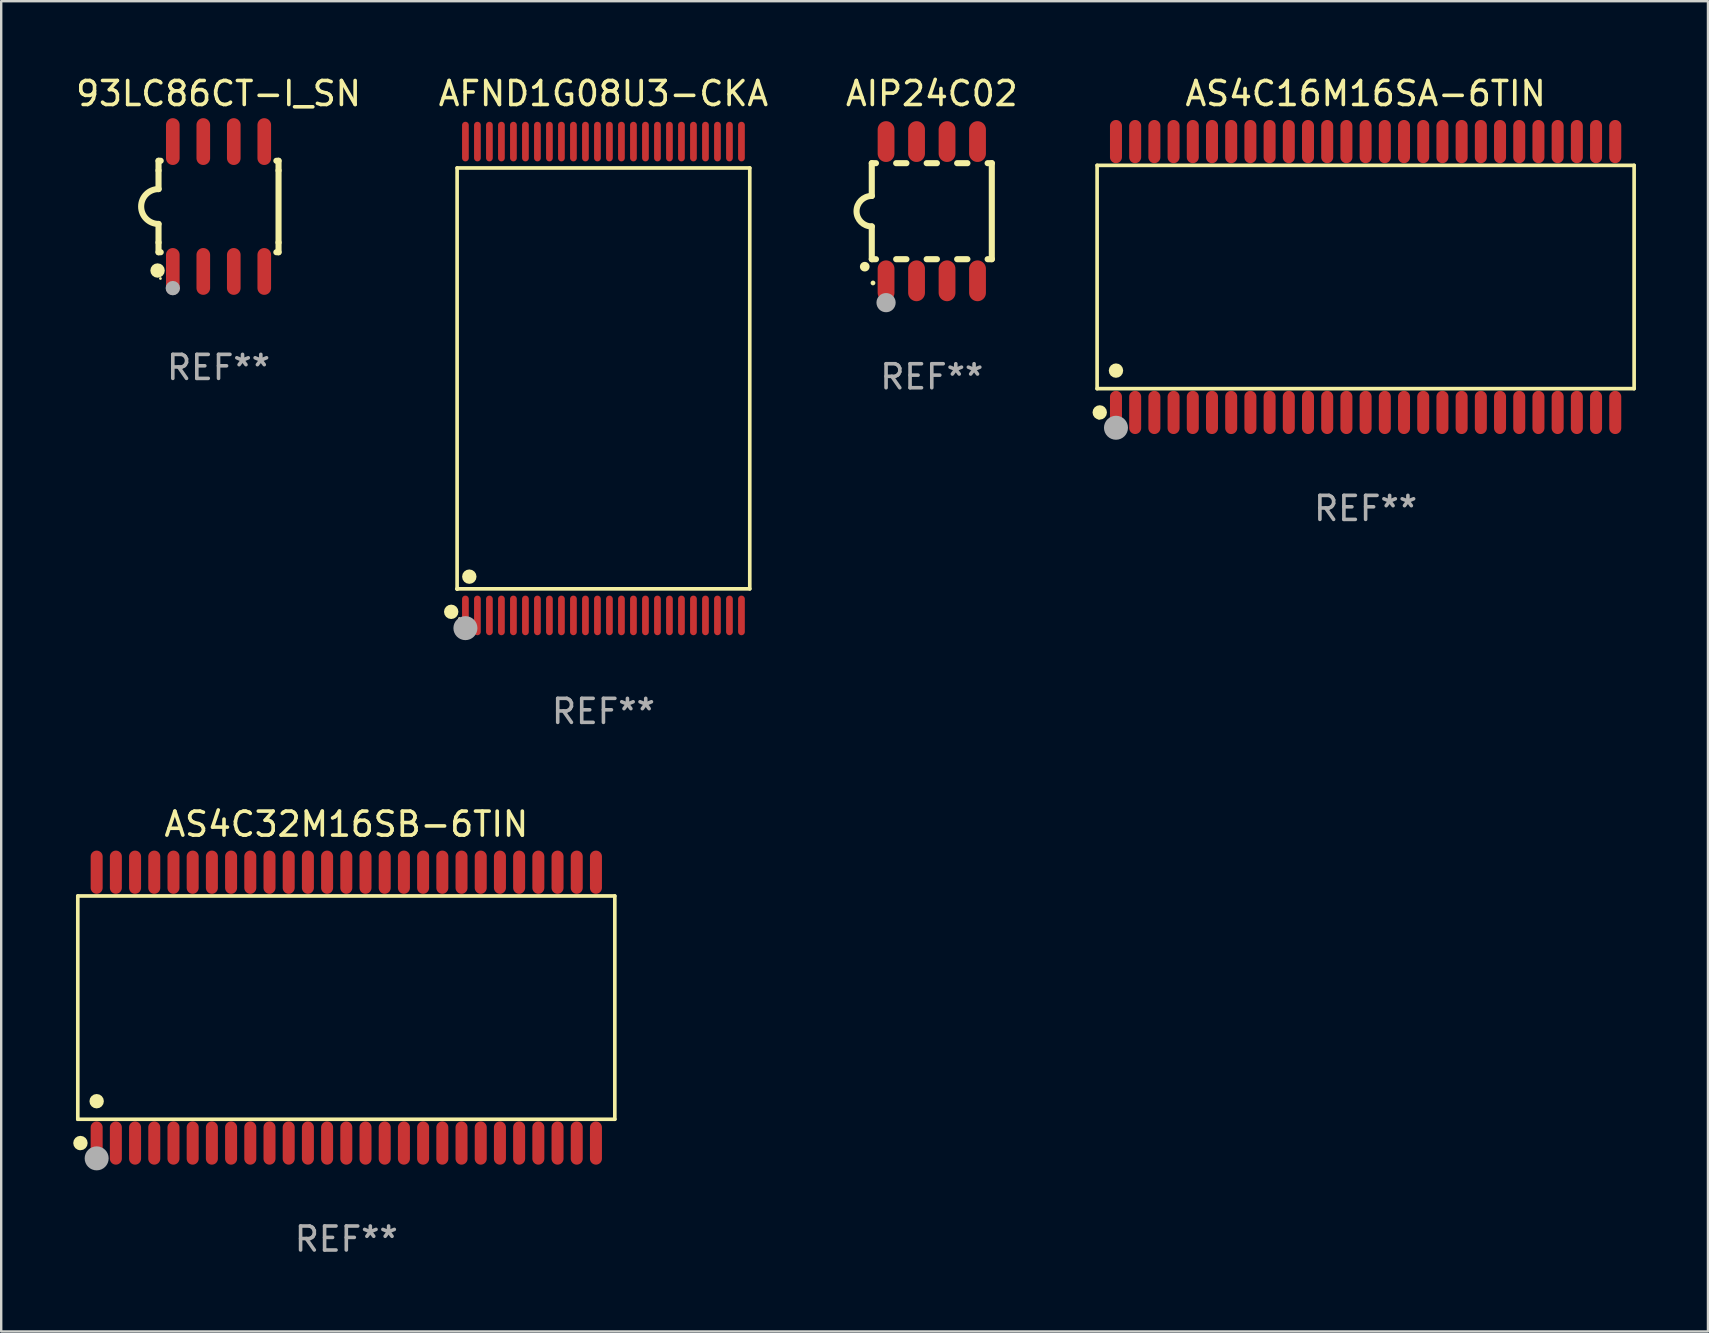
<source format=kicad_pcb>
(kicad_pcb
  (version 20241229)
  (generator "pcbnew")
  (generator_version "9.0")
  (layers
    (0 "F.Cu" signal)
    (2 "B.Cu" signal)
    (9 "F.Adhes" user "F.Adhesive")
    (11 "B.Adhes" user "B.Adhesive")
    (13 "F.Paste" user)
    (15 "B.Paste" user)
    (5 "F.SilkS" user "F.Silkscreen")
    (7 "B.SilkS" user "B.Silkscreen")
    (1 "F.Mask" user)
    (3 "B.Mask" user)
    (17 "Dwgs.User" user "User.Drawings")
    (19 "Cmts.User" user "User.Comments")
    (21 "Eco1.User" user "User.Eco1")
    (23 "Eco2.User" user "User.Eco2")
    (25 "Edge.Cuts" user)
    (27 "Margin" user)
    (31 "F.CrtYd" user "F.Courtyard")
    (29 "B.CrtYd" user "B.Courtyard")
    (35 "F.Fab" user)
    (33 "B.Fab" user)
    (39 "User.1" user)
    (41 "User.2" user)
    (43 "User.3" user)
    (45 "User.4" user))
  (footprint "93LC86CT-I_SN"
    (layer "F.Cu")
    (at 6.054 5.553)
    (property "Reference" "93LC86CT-I_SN" (at 0 -4.705 0) (layer "F.SilkS") (effects (font (size 1 1) (thickness 0.15))))
    (attr through_hole)
    (fp_line (start -2.5 -1.905) (end -2.409 -1.905) (stroke (width 0.254) (type solid)) (layer "F.SilkS"))
    (fp_line (start -2.5 -1.5) (end -2.5 -1.905) (stroke (width 0.254) (type solid)) (layer "F.SilkS"))
    (fp_line (start -2.5 -1.5) (end -2.5 -0.726) (stroke (width 0.254) (type solid)) (layer "F.SilkS"))
    (fp_line (start -2.5 1.5) (end -2.5 0.727) (stroke (width 0.254) (type solid)) (layer "F.SilkS"))
    (fp_line (start -2.5 1.5) (end -2.5 1.905) (stroke (width 0.254) (type solid)) (layer "F.SilkS"))
    (fp_line (start -2.5 1.905) (end -2.409 1.905) (stroke (width 0.254) (type solid)) (layer "F.SilkS"))
    (fp_line (start 2.5 -1.905) (end 2.409 -1.905) (stroke (width 0.254) (type solid)) (layer "F.SilkS"))
    (fp_line (start 2.5 -1.5) (end 2.5 -1.905) (stroke (width 0.254) (type solid)) (layer "F.SilkS"))
    (fp_line (start 2.5 -1.5) (end 2.5 1.5) (stroke (width 0.254) (type solid)) (layer "F.SilkS"))
    (fp_line (start 2.5 1.5) (end 2.5 1.905) (stroke (width 0.254) (type solid)) (layer "F.SilkS"))
    (fp_line (start 2.5 1.905) (end 2.409 1.905) (stroke (width 0.254) (type solid)) (layer "F.SilkS"))
    (fp_arc (start -2.5 0.726568) (mid -3.220316 -0.0023) (end -2.495097 -0.726289) (stroke (width 0.254001) (type solid)) (layer "F.SilkS"))
    (fp_circle (center -2.54 2.667) (end -2.39 2.667) (stroke (width 0.3) (type solid)) (fill no) (layer "F.SilkS"))
    (fp_circle (center -2.42 3) (end -2.39 3) (stroke (width 0.06) (type solid)) (fill no) (layer "F.SilkS"))
    (fp_circle (center -1.905 3.4) (end -1.755 3.4) (stroke (width 0.3) (type solid)) (fill no) (layer "F.Fab"))
    (fp_text user "REF**" (at 0 6.705 0) (layer "F.Fab") (effects (font (size 1 1) (thickness 0.15))))
    (pad "1" smd oval (at -1.905 2.705) (size 0.568 1.95) (layers "F.Cu" "F.Mask" "F.Paste"))
    (pad "2" smd oval (at -0.635 2.705) (size 0.568 1.95) (layers "F.Cu" "F.Mask" "F.Paste"))
    (pad "3" smd oval (at 0.635 2.705) (size 0.568 1.95) (layers "F.Cu" "F.Mask" "F.Paste"))
    (pad "4" smd oval (at 1.905 2.705) (size 0.568 1.95) (layers "F.Cu" "F.Mask" "F.Paste"))
    (pad "5" smd oval (at 1.905 -2.705) (size 0.568 1.95) (layers "F.Cu" "F.Mask" "F.Paste"))
    (pad "6" smd oval (at 0.635 -2.705) (size 0.568 1.95) (layers "F.Cu" "F.Mask" "F.Paste"))
    (pad "7" smd oval (at -0.635 -2.705) (size 0.568 1.95) (layers "F.Cu" "F.Mask" "F.Paste"))
    (pad "8" smd oval (at -1.905 -2.705) (size 0.568 1.95) (layers "F.Cu" "F.Mask" "F.Paste")))
  (footprint "AFND1G08U3-CKA"
    (layer "F.Cu")
    (at 22.089 12.718)
    (property "Reference" "AFND1G08U3-CKA" (at 0 -11.87 0) (layer "F.SilkS") (effects (font (size 1 1) (thickness 0.15))))
    (attr through_hole)
    (fp_line (start -6.096 -8.771) (end 6.096 -8.771) (stroke (width 0.152) (type solid)) (layer "F.SilkS"))
    (fp_line (start -6.096 8.763) (end -6.096 8.771) (stroke (width 0.152) (type solid)) (layer "F.SilkS"))
    (fp_line (start -6.096 8.771) (end -6.096 -8.771) (stroke (width 0.152) (type solid)) (layer "F.SilkS"))
    (fp_line (start 6.096 -8.771) (end 6.096 8.763) (stroke (width 0.152) (type solid)) (layer "F.SilkS"))
    (fp_line (start 6.096 8.763) (end -6.096 8.763) (stroke (width 0.152) (type solid)) (layer "F.SilkS"))
    (fp_circle (center -6.342 9.72) (end -6.192 9.72) (stroke (width 0.3) (type solid)) (fill no) (layer "F.SilkS"))
    (fp_circle (center -6 10) (end -5.97 10) (stroke (width 0.06) (type solid)) (fill no) (layer "F.SilkS"))
    (fp_circle (center -5.588 8.255) (end -5.438 8.255) (stroke (width 0.3) (type solid)) (fill no) (layer "F.SilkS"))
    (fp_circle (center -5.75 10.4) (end -5.5 10.4) (stroke (width 0.5) (type solid)) (fill no) (layer "F.Fab"))
    (fp_text user "REF**" (at 0 13.87 0) (layer "F.Fab") (effects (font (size 1 1) (thickness 0.15))))
    (pad "1" smd oval (at -5.75 9.87) (size 0.28 1.65) (layers "F.Cu" "F.Mask" "F.Paste"))
    (pad "2" smd oval (at -5.25 9.87) (size 0.28 1.65) (layers "F.Cu" "F.Mask" "F.Paste"))
    (pad "3" smd oval (at -4.75 9.87) (size 0.28 1.65) (layers "F.Cu" "F.Mask" "F.Paste"))
    (pad "4" smd oval (at -4.25 9.87) (size 0.28 1.65) (layers "F.Cu" "F.Mask" "F.Paste"))
    (pad "5" smd oval (at -3.75 9.87) (size 0.28 1.65) (layers "F.Cu" "F.Mask" "F.Paste"))
    (pad "6" smd oval (at -3.25 9.87) (size 0.28 1.65) (layers "F.Cu" "F.Mask" "F.Paste"))
    (pad "7" smd oval (at -2.75 9.87) (size 0.28 1.65) (layers "F.Cu" "F.Mask" "F.Paste"))
    (pad "8" smd oval (at -2.25 9.87) (size 0.28 1.65) (layers "F.Cu" "F.Mask" "F.Paste"))
    (pad "9" smd oval (at -1.75 9.87) (size 0.28 1.65) (layers "F.Cu" "F.Mask" "F.Paste"))
    (pad "10" smd oval (at -1.25 9.87) (size 0.28 1.65) (layers "F.Cu" "F.Mask" "F.Paste"))
    (pad "11" smd oval (at -0.75 9.87) (size 0.28 1.65) (layers "F.Cu" "F.Mask" "F.Paste"))
    (pad "12" smd oval (at -0.25 9.87) (size 0.28 1.65) (layers "F.Cu" "F.Mask" "F.Paste"))
    (pad "13" smd oval (at 0.25 9.87) (size 0.28 1.65) (layers "F.Cu" "F.Mask" "F.Paste"))
    (pad "14" smd oval (at 0.75 9.87) (size 0.28 1.65) (layers "F.Cu" "F.Mask" "F.Paste"))
    (pad "15" smd oval (at 1.25 9.87) (size 0.28 1.65) (layers "F.Cu" "F.Mask" "F.Paste"))
    (pad "16" smd oval (at 1.75 9.87) (size 0.28 1.65) (layers "F.Cu" "F.Mask" "F.Paste"))
    (pad "17" smd oval (at 2.25 9.87) (size 0.28 1.65) (layers "F.Cu" "F.Mask" "F.Paste"))
    (pad "18" smd oval (at 2.75 9.87) (size 0.28 1.65) (layers "F.Cu" "F.Mask" "F.Paste"))
    (pad "19" smd oval (at 3.25 9.87) (size 0.28 1.65) (layers "F.Cu" "F.Mask" "F.Paste"))
    (pad "20" smd oval (at 3.75 9.87) (size 0.28 1.65) (layers "F.Cu" "F.Mask" "F.Paste"))
    (pad "21" smd oval (at 4.25 9.87) (size 0.28 1.65) (layers "F.Cu" "F.Mask" "F.Paste"))
    (pad "22" smd oval (at 4.75 9.87) (size 0.28 1.65) (layers "F.Cu" "F.Mask" "F.Paste"))
    (pad "23" smd oval (at 5.25 9.87) (size 0.28 1.65) (layers "F.Cu" "F.Mask" "F.Paste"))
    (pad "24" smd oval (at 5.75 9.87) (size 0.28 1.65) (layers "F.Cu" "F.Mask" "F.Paste"))
    (pad "25" smd oval (at 5.75 -9.87) (size 0.28 1.65) (layers "F.Cu" "F.Mask" "F.Paste"))
    (pad "26" smd oval (at 5.25 -9.87) (size 0.28 1.65) (layers "F.Cu" "F.Mask" "F.Paste"))
    (pad "27" smd oval (at 4.75 -9.87) (size 0.28 1.65) (layers "F.Cu" "F.Mask" "F.Paste"))
    (pad "28" smd oval (at 4.25 -9.87) (size 0.28 1.65) (layers "F.Cu" "F.Mask" "F.Paste"))
    (pad "29" smd oval (at 3.75 -9.87) (size 0.28 1.65) (layers "F.Cu" "F.Mask" "F.Paste"))
    (pad "30" smd oval (at 3.25 -9.87) (size 0.28 1.65) (layers "F.Cu" "F.Mask" "F.Paste"))
    (pad "31" smd oval (at 2.75 -9.87) (size 0.28 1.65) (layers "F.Cu" "F.Mask" "F.Paste"))
    (pad "32" smd oval (at 2.25 -9.87) (size 0.28 1.65) (layers "F.Cu" "F.Mask" "F.Paste"))
    (pad "33" smd oval (at 1.75 -9.87) (size 0.28 1.65) (layers "F.Cu" "F.Mask" "F.Paste"))
    (pad "34" smd oval (at 1.25 -9.87) (size 0.28 1.65) (layers "F.Cu" "F.Mask" "F.Paste"))
    (pad "35" smd oval (at 0.75 -9.87) (size 0.28 1.65) (layers "F.Cu" "F.Mask" "F.Paste"))
    (pad "36" smd oval (at 0.25 -9.87) (size 0.28 1.65) (layers "F.Cu" "F.Mask" "F.Paste"))
    (pad "37" smd oval (at -0.25 -9.87) (size 0.28 1.65) (layers "F.Cu" "F.Mask" "F.Paste"))
    (pad "38" smd oval (at -0.75 -9.87) (size 0.28 1.65) (layers "F.Cu" "F.Mask" "F.Paste"))
    (pad "39" smd oval (at -1.25 -9.87) (size 0.28 1.65) (layers "F.Cu" "F.Mask" "F.Paste"))
    (pad "40" smd oval (at -1.75 -9.87) (size 0.28 1.65) (layers "F.Cu" "F.Mask" "F.Paste"))
    (pad "41" smd oval (at -2.25 -9.87) (size 0.28 1.65) (layers "F.Cu" "F.Mask" "F.Paste"))
    (pad "42" smd oval (at -2.75 -9.87) (size 0.28 1.65) (layers "F.Cu" "F.Mask" "F.Paste"))
    (pad "43" smd oval (at -3.25 -9.87) (size 0.28 1.65) (layers "F.Cu" "F.Mask" "F.Paste"))
    (pad "44" smd oval (at -3.75 -9.87) (size 0.28 1.65) (layers "F.Cu" "F.Mask" "F.Paste"))
    (pad "45" smd oval (at -4.25 -9.87) (size 0.28 1.65) (layers "F.Cu" "F.Mask" "F.Paste"))
    (pad "46" smd oval (at -4.75 -9.87) (size 0.28 1.65) (layers "F.Cu" "F.Mask" "F.Paste"))
    (pad "47" smd oval (at -5.25 -9.87) (size 0.28 1.65) (layers "F.Cu" "F.Mask" "F.Paste"))
    (pad "48" smd oval (at -5.75 -9.87) (size 0.28 1.65) (layers "F.Cu" "F.Mask" "F.Paste")))
  (footprint "AIP24C02"
    (layer "F.Cu")
    (at 35.768 5.748)
    (property "Reference" "AIP24C02" (at 0 -4.9 0) (layer "F.SilkS") (effects (font (size 1 1) (thickness 0.15))))
    (attr through_hole)
    (fp_line (start -2.5 -2) (end -2.5 -0.635) (stroke (width 0.254) (type solid)) (layer "F.SilkS"))
    (fp_line (start -2.5 -2) (end -2.326 -2) (stroke (width 0.254) (type solid)) (layer "F.SilkS"))
    (fp_line (start -2.5 2) (end -2.5 0.635) (stroke (width 0.254) (type solid)) (layer "F.SilkS"))
    (fp_line (start -2.5 2) (end -2.326 2) (stroke (width 0.254) (type solid)) (layer "F.SilkS"))
    (fp_line (start -1.484 -2) (end -1.056 -2) (stroke (width 0.254) (type solid)) (layer "F.SilkS"))
    (fp_line (start -1.484 2) (end -1.056 2) (stroke (width 0.254) (type solid)) (layer "F.SilkS"))
    (fp_line (start -0.214 -2) (end 0.214 -2) (stroke (width 0.254) (type solid)) (layer "F.SilkS"))
    (fp_line (start -0.214 2) (end 0.214 2) (stroke (width 0.254) (type solid)) (layer "F.SilkS"))
    (fp_line (start 1.056 -2) (end 1.484 -2) (stroke (width 0.254) (type solid)) (layer "F.SilkS"))
    (fp_line (start 1.056 2) (end 1.484 2) (stroke (width 0.254) (type solid)) (layer "F.SilkS"))
    (fp_line (start 2.326 -2) (end 2.5 -2) (stroke (width 0.254) (type solid)) (layer "F.SilkS"))
    (fp_line (start 2.326 2) (end 2.5 2) (stroke (width 0.254) (type solid)) (layer "F.SilkS"))
    (fp_line (start 2.5 -2) (end 2.5 2) (stroke (width 0.254) (type solid)) (layer "F.SilkS"))
    (fp_arc (start -2.794006 2.311405) (mid -2.792736 2.311401) (end -2.791466 2.311405) (stroke (width 0.4) (type solid)) (layer "F.SilkS"))
    (fp_arc (start -2.5 0.635001) (mid -3.134366 -0.000318) (end -2.499365 -0.635001) (stroke (width 0.254001) (type solid)) (layer "F.SilkS"))
    (fp_circle (center -2.45 2.99) (end -2.4 2.99) (stroke (width 0.1) (type solid)) (fill no) (layer "F.SilkS"))
    (fp_circle (center -1.905 3.81) (end -1.705 3.81) (stroke (width 0.4) (type solid)) (fill no) (layer "F.Fab"))
    (fp_text user "REF**" (at 0 6.9 0) (layer "F.Fab") (effects (font (size 1 1) (thickness 0.15))))
    (pad "1" smd oval (at -1.905 2.9 180) (size 0.7 1.7) (layers "F.Cu" "F.Mask" "F.Paste"))
    (pad "2" smd oval (at -0.635 2.9 180) (size 0.7 1.7) (layers "F.Cu" "F.Mask" "F.Paste"))
    (pad "3" smd oval (at 0.635 2.9 180) (size 0.7 1.7) (layers "F.Cu" "F.Mask" "F.Paste"))
    (pad "4" smd oval (at 1.905 2.9 180) (size 0.7 1.7) (layers "F.Cu" "F.Mask" "F.Paste"))
    (pad "5" smd oval (at 1.905 -2.9 180) (size 0.7 1.7) (layers "F.Cu" "F.Mask" "F.Paste"))
    (pad "6" smd oval (at 0.635 -2.9 180) (size 0.7 1.7) (layers "F.Cu" "F.Mask" "F.Paste"))
    (pad "7" smd oval (at -0.635 -2.9 180) (size 0.7 1.7) (layers "F.Cu" "F.Mask" "F.Paste"))
    (pad "8" smd oval (at -1.905 -2.9 180) (size 0.7 1.7) (layers "F.Cu" "F.Mask" "F.Paste")))
  (footprint "AS4C16M16SA-6TIN"
    (layer "F.Cu")
    (at 53.841 8.49)
    (property "Reference" "AS4C16M16SA-6TIN" (at 0 -7.642 0) (layer "F.SilkS") (effects (font (size 1 1) (thickness 0.15))))
    (attr through_hole)
    (fp_line (start -11.186 -4.651) (end 11.186 -4.651) (stroke (width 0.152) (type solid)) (layer "F.SilkS"))
    (fp_line (start -11.186 4.651) (end -11.186 -4.651) (stroke (width 0.152) (type solid)) (layer "F.SilkS"))
    (fp_line (start 11.186 -4.651) (end 11.186 4.651) (stroke (width 0.152) (type solid)) (layer "F.SilkS"))
    (fp_line (start 11.186 4.651) (end -11.186 4.651) (stroke (width 0.152) (type solid)) (layer "F.SilkS"))
    (fp_circle (center -11.11 5.88) (end -11.08 5.88) (stroke (width 0.06) (type solid)) (fill no) (layer "F.SilkS"))
    (fp_circle (center -11.076 5.642) (end -10.926 5.642) (stroke (width 0.3) (type solid)) (fill no) (layer "F.SilkS"))
    (fp_circle (center -10.4 3.899) (end -10.25 3.899) (stroke (width 0.3) (type solid)) (fill no) (layer "F.SilkS"))
    (fp_circle (center -10.4 6.28) (end -10.15 6.28) (stroke (width 0.5) (type solid)) (fill no) (layer "F.Fab"))
    (fp_text user "REF**" (at 0 9.642 0) (layer "F.Fab") (effects (font (size 1 1) (thickness 0.15))))
    (pad "1" smd oval (at -10.4 5.642) (size 0.5 1.8) (layers "F.Cu" "F.Mask" "F.Paste"))
    (pad "2" smd oval (at -9.6 5.642) (size 0.5 1.8) (layers "F.Cu" "F.Mask" "F.Paste"))
    (pad "3" smd oval (at -8.8 5.642) (size 0.5 1.8) (layers "F.Cu" "F.Mask" "F.Paste"))
    (pad "4" smd oval (at -8 5.642) (size 0.5 1.8) (layers "F.Cu" "F.Mask" "F.Paste"))
    (pad "5" smd oval (at -7.2 5.642) (size 0.5 1.8) (layers "F.Cu" "F.Mask" "F.Paste"))
    (pad "6" smd oval (at -6.4 5.642) (size 0.5 1.8) (layers "F.Cu" "F.Mask" "F.Paste"))
    (pad "7" smd oval (at -5.6 5.642) (size 0.5 1.8) (layers "F.Cu" "F.Mask" "F.Paste"))
    (pad "8" smd oval (at -4.8 5.642) (size 0.5 1.8) (layers "F.Cu" "F.Mask" "F.Paste"))
    (pad "9" smd oval (at -4 5.642) (size 0.5 1.8) (layers "F.Cu" "F.Mask" "F.Paste"))
    (pad "10" smd oval (at -3.2 5.642) (size 0.5 1.8) (layers "F.Cu" "F.Mask" "F.Paste"))
    (pad "11" smd oval (at -2.4 5.642) (size 0.5 1.8) (layers "F.Cu" "F.Mask" "F.Paste"))
    (pad "12" smd oval (at -1.6 5.642) (size 0.5 1.8) (layers "F.Cu" "F.Mask" "F.Paste"))
    (pad "13" smd oval (at -0.8 5.642) (size 0.5 1.8) (layers "F.Cu" "F.Mask" "F.Paste"))
    (pad "14" smd oval (at 0 5.642) (size 0.5 1.8) (layers "F.Cu" "F.Mask" "F.Paste"))
    (pad "15" smd oval (at 0.8 5.642) (size 0.5 1.8) (layers "F.Cu" "F.Mask" "F.Paste"))
    (pad "16" smd oval (at 1.6 5.642) (size 0.5 1.8) (layers "F.Cu" "F.Mask" "F.Paste"))
    (pad "17" smd oval (at 2.4 5.642) (size 0.5 1.8) (layers "F.Cu" "F.Mask" "F.Paste"))
    (pad "18" smd oval (at 3.2 5.642) (size 0.5 1.8) (layers "F.Cu" "F.Mask" "F.Paste"))
    (pad "19" smd oval (at 4 5.642) (size 0.5 1.8) (layers "F.Cu" "F.Mask" "F.Paste"))
    (pad "20" smd oval (at 4.8 5.642) (size 0.5 1.8) (layers "F.Cu" "F.Mask" "F.Paste"))
    (pad "21" smd oval (at 5.6 5.642) (size 0.5 1.8) (layers "F.Cu" "F.Mask" "F.Paste"))
    (pad "22" smd oval (at 6.4 5.642) (size 0.5 1.8) (layers "F.Cu" "F.Mask" "F.Paste"))
    (pad "23" smd oval (at 7.2 5.642) (size 0.5 1.8) (layers "F.Cu" "F.Mask" "F.Paste"))
    (pad "24" smd oval (at 8 5.642) (size 0.5 1.8) (layers "F.Cu" "F.Mask" "F.Paste"))
    (pad "25" smd oval (at 8.8 5.642) (size 0.5 1.8) (layers "F.Cu" "F.Mask" "F.Paste"))
    (pad "26" smd oval (at 9.6 5.642) (size 0.5 1.8) (layers "F.Cu" "F.Mask" "F.Paste"))
    (pad "27" smd oval (at 10.4 5.642) (size 0.5 1.8) (layers "F.Cu" "F.Mask" "F.Paste"))
    (pad "28" smd oval (at 10.4 -5.642) (size 0.5 1.8) (layers "F.Cu" "F.Mask" "F.Paste"))
    (pad "29" smd oval (at 9.6 -5.642) (size 0.5 1.8) (layers "F.Cu" "F.Mask" "F.Paste"))
    (pad "30" smd oval (at 8.8 -5.642) (size 0.5 1.8) (layers "F.Cu" "F.Mask" "F.Paste"))
    (pad "31" smd oval (at 8 -5.642) (size 0.5 1.8) (layers "F.Cu" "F.Mask" "F.Paste"))
    (pad "32" smd oval (at 7.2 -5.642) (size 0.5 1.8) (layers "F.Cu" "F.Mask" "F.Paste"))
    (pad "33" smd oval (at 6.4 -5.642) (size 0.5 1.8) (layers "F.Cu" "F.Mask" "F.Paste"))
    (pad "34" smd oval (at 5.6 -5.642) (size 0.5 1.8) (layers "F.Cu" "F.Mask" "F.Paste"))
    (pad "35" smd oval (at 4.8 -5.642) (size 0.5 1.8) (layers "F.Cu" "F.Mask" "F.Paste"))
    (pad "36" smd oval (at 4 -5.642) (size 0.5 1.8) (layers "F.Cu" "F.Mask" "F.Paste"))
    (pad "37" smd oval (at 3.2 -5.642) (size 0.5 1.8) (layers "F.Cu" "F.Mask" "F.Paste"))
    (pad "38" smd oval (at 2.4 -5.642) (size 0.5 1.8) (layers "F.Cu" "F.Mask" "F.Paste"))
    (pad "39" smd oval (at 1.6 -5.642) (size 0.5 1.8) (layers "F.Cu" "F.Mask" "F.Paste"))
    (pad "40" smd oval (at 0.8 -5.642) (size 0.5 1.8) (layers "F.Cu" "F.Mask" "F.Paste"))
    (pad "41" smd oval (at 0 -5.642) (size 0.5 1.8) (layers "F.Cu" "F.Mask" "F.Paste"))
    (pad "42" smd oval (at -0.8 -5.642) (size 0.5 1.8) (layers "F.Cu" "F.Mask" "F.Paste"))
    (pad "43" smd oval (at -1.6 -5.642) (size 0.5 1.8) (layers "F.Cu" "F.Mask" "F.Paste"))
    (pad "44" smd oval (at -2.4 -5.642) (size 0.5 1.8) (layers "F.Cu" "F.Mask" "F.Paste"))
    (pad "45" smd oval (at -3.2 -5.642) (size 0.5 1.8) (layers "F.Cu" "F.Mask" "F.Paste"))
    (pad "46" smd oval (at -4 -5.642) (size 0.5 1.8) (layers "F.Cu" "F.Mask" "F.Paste"))
    (pad "47" smd oval (at -4.8 -5.642) (size 0.5 1.8) (layers "F.Cu" "F.Mask" "F.Paste"))
    (pad "48" smd oval (at -5.6 -5.642) (size 0.5 1.8) (layers "F.Cu" "F.Mask" "F.Paste"))
    (pad "49" smd oval (at -6.4 -5.642) (size 0.5 1.8) (layers "F.Cu" "F.Mask" "F.Paste"))
    (pad "50" smd oval (at -7.2 -5.642) (size 0.5 1.8) (layers "F.Cu" "F.Mask" "F.Paste"))
    (pad "51" smd oval (at -8 -5.642) (size 0.5 1.8) (layers "F.Cu" "F.Mask" "F.Paste"))
    (pad "52" smd oval (at -8.8 -5.642) (size 0.5 1.8) (layers "F.Cu" "F.Mask" "F.Paste"))
    (pad "53" smd oval (at -9.6 -5.642) (size 0.5 1.8) (layers "F.Cu" "F.Mask" "F.Paste"))
    (pad "54" smd oval (at -10.4 -5.642) (size 0.5 1.8) (layers "F.Cu" "F.Mask" "F.Paste")))
  (footprint "AS4C32M16SB-6TIN"
    (layer "F.Cu")
    (at 11.377 38.927)
    (property "Reference" "AS4C32M16SB-6TIN" (at 0 -7.642 0) (layer "F.SilkS") (effects (font (size 1 1) (thickness 0.15))))
    (attr through_hole)
    (fp_line (start -11.186 -4.651) (end 11.186 -4.651) (stroke (width 0.152) (type solid)) (layer "F.SilkS"))
    (fp_line (start -11.186 4.651) (end -11.186 -4.651) (stroke (width 0.152) (type solid)) (layer "F.SilkS"))
    (fp_line (start 11.186 -4.651) (end 11.186 4.651) (stroke (width 0.152) (type solid)) (layer "F.SilkS"))
    (fp_line (start 11.186 4.651) (end -11.186 4.651) (stroke (width 0.152) (type solid)) (layer "F.SilkS"))
    (fp_circle (center -11.11 5.88) (end -11.08 5.88) (stroke (width 0.06) (type solid)) (fill no) (layer "F.SilkS"))
    (fp_circle (center -11.076 5.642) (end -10.926 5.642) (stroke (width 0.3) (type solid)) (fill no) (layer "F.SilkS"))
    (fp_circle (center -10.4 3.899) (end -10.25 3.899) (stroke (width 0.3) (type solid)) (fill no) (layer "F.SilkS"))
    (fp_circle (center -10.4 6.28) (end -10.15 6.28) (stroke (width 0.5) (type solid)) (fill no) (layer "F.Fab"))
    (fp_text user "REF**" (at 0 9.642 0) (layer "F.Fab") (effects (font (size 1 1) (thickness 0.15))))
    (pad "1" smd oval (at -10.4 5.642) (size 0.5 1.8) (layers "F.Cu" "F.Mask" "F.Paste"))
    (pad "2" smd oval (at -9.6 5.642) (size 0.5 1.8) (layers "F.Cu" "F.Mask" "F.Paste"))
    (pad "3" smd oval (at -8.8 5.642) (size 0.5 1.8) (layers "F.Cu" "F.Mask" "F.Paste"))
    (pad "4" smd oval (at -8 5.642) (size 0.5 1.8) (layers "F.Cu" "F.Mask" "F.Paste"))
    (pad "5" smd oval (at -7.2 5.642) (size 0.5 1.8) (layers "F.Cu" "F.Mask" "F.Paste"))
    (pad "6" smd oval (at -6.4 5.642) (size 0.5 1.8) (layers "F.Cu" "F.Mask" "F.Paste"))
    (pad "7" smd oval (at -5.6 5.642) (size 0.5 1.8) (layers "F.Cu" "F.Mask" "F.Paste"))
    (pad "8" smd oval (at -4.8 5.642) (size 0.5 1.8) (layers "F.Cu" "F.Mask" "F.Paste"))
    (pad "9" smd oval (at -4 5.642) (size 0.5 1.8) (layers "F.Cu" "F.Mask" "F.Paste"))
    (pad "10" smd oval (at -3.2 5.642) (size 0.5 1.8) (layers "F.Cu" "F.Mask" "F.Paste"))
    (pad "11" smd oval (at -2.4 5.642) (size 0.5 1.8) (layers "F.Cu" "F.Mask" "F.Paste"))
    (pad "12" smd oval (at -1.6 5.642) (size 0.5 1.8) (layers "F.Cu" "F.Mask" "F.Paste"))
    (pad "13" smd oval (at -0.8 5.642) (size 0.5 1.8) (layers "F.Cu" "F.Mask" "F.Paste"))
    (pad "14" smd oval (at 0 5.642) (size 0.5 1.8) (layers "F.Cu" "F.Mask" "F.Paste"))
    (pad "15" smd oval (at 0.8 5.642) (size 0.5 1.8) (layers "F.Cu" "F.Mask" "F.Paste"))
    (pad "16" smd oval (at 1.6 5.642) (size 0.5 1.8) (layers "F.Cu" "F.Mask" "F.Paste"))
    (pad "17" smd oval (at 2.4 5.642) (size 0.5 1.8) (layers "F.Cu" "F.Mask" "F.Paste"))
    (pad "18" smd oval (at 3.2 5.642) (size 0.5 1.8) (layers "F.Cu" "F.Mask" "F.Paste"))
    (pad "19" smd oval (at 4 5.642) (size 0.5 1.8) (layers "F.Cu" "F.Mask" "F.Paste"))
    (pad "20" smd oval (at 4.8 5.642) (size 0.5 1.8) (layers "F.Cu" "F.Mask" "F.Paste"))
    (pad "21" smd oval (at 5.6 5.642) (size 0.5 1.8) (layers "F.Cu" "F.Mask" "F.Paste"))
    (pad "22" smd oval (at 6.4 5.642) (size 0.5 1.8) (layers "F.Cu" "F.Mask" "F.Paste"))
    (pad "23" smd oval (at 7.2 5.642) (size 0.5 1.8) (layers "F.Cu" "F.Mask" "F.Paste"))
    (pad "24" smd oval (at 8 5.642) (size 0.5 1.8) (layers "F.Cu" "F.Mask" "F.Paste"))
    (pad "25" smd oval (at 8.8 5.642) (size 0.5 1.8) (layers "F.Cu" "F.Mask" "F.Paste"))
    (pad "26" smd oval (at 9.6 5.642) (size 0.5 1.8) (layers "F.Cu" "F.Mask" "F.Paste"))
    (pad "27" smd oval (at 10.4 5.642) (size 0.5 1.8) (layers "F.Cu" "F.Mask" "F.Paste"))
    (pad "28" smd oval (at 10.4 -5.642) (size 0.5 1.8) (layers "F.Cu" "F.Mask" "F.Paste"))
    (pad "29" smd oval (at 9.6 -5.642) (size 0.5 1.8) (layers "F.Cu" "F.Mask" "F.Paste"))
    (pad "30" smd oval (at 8.8 -5.642) (size 0.5 1.8) (layers "F.Cu" "F.Mask" "F.Paste"))
    (pad "31" smd oval (at 8 -5.642) (size 0.5 1.8) (layers "F.Cu" "F.Mask" "F.Paste"))
    (pad "32" smd oval (at 7.2 -5.642) (size 0.5 1.8) (layers "F.Cu" "F.Mask" "F.Paste"))
    (pad "33" smd oval (at 6.4 -5.642) (size 0.5 1.8) (layers "F.Cu" "F.Mask" "F.Paste"))
    (pad "34" smd oval (at 5.6 -5.642) (size 0.5 1.8) (layers "F.Cu" "F.Mask" "F.Paste"))
    (pad "35" smd oval (at 4.8 -5.642) (size 0.5 1.8) (layers "F.Cu" "F.Mask" "F.Paste"))
    (pad "36" smd oval (at 4 -5.642) (size 0.5 1.8) (layers "F.Cu" "F.Mask" "F.Paste"))
    (pad "37" smd oval (at 3.2 -5.642) (size 0.5 1.8) (layers "F.Cu" "F.Mask" "F.Paste"))
    (pad "38" smd oval (at 2.4 -5.642) (size 0.5 1.8) (layers "F.Cu" "F.Mask" "F.Paste"))
    (pad "39" smd oval (at 1.6 -5.642) (size 0.5 1.8) (layers "F.Cu" "F.Mask" "F.Paste"))
    (pad "40" smd oval (at 0.8 -5.642) (size 0.5 1.8) (layers "F.Cu" "F.Mask" "F.Paste"))
    (pad "41" smd oval (at 0 -5.642) (size 0.5 1.8) (layers "F.Cu" "F.Mask" "F.Paste"))
    (pad "42" smd oval (at -0.8 -5.642) (size 0.5 1.8) (layers "F.Cu" "F.Mask" "F.Paste"))
    (pad "43" smd oval (at -1.6 -5.642) (size 0.5 1.8) (layers "F.Cu" "F.Mask" "F.Paste"))
    (pad "44" smd oval (at -2.4 -5.642) (size 0.5 1.8) (layers "F.Cu" "F.Mask" "F.Paste"))
    (pad "45" smd oval (at -3.2 -5.642) (size 0.5 1.8) (layers "F.Cu" "F.Mask" "F.Paste"))
    (pad "46" smd oval (at -4 -5.642) (size 0.5 1.8) (layers "F.Cu" "F.Mask" "F.Paste"))
    (pad "47" smd oval (at -4.8 -5.642) (size 0.5 1.8) (layers "F.Cu" "F.Mask" "F.Paste"))
    (pad "48" smd oval (at -5.6 -5.642) (size 0.5 1.8) (layers "F.Cu" "F.Mask" "F.Paste"))
    (pad "49" smd oval (at -6.4 -5.642) (size 0.5 1.8) (layers "F.Cu" "F.Mask" "F.Paste"))
    (pad "50" smd oval (at -7.2 -5.642) (size 0.5 1.8) (layers "F.Cu" "F.Mask" "F.Paste"))
    (pad "51" smd oval (at -8 -5.642) (size 0.5 1.8) (layers "F.Cu" "F.Mask" "F.Paste"))
    (pad "52" smd oval (at -8.8 -5.642) (size 0.5 1.8) (layers "F.Cu" "F.Mask" "F.Paste"))
    (pad "53" smd oval (at -9.6 -5.642) (size 0.5 1.8) (layers "F.Cu" "F.Mask" "F.Paste"))
    (pad "54" smd oval (at -10.4 -5.642) (size 0.5 1.8) (layers "F.Cu" "F.Mask" "F.Paste")))
  (gr_rect
    (start -3 -3)
    (end 68.103 52.418)
    (stroke (width 0.1) (type default))
    (fill no)
    (layer "Edge.Cuts")))
</source>
